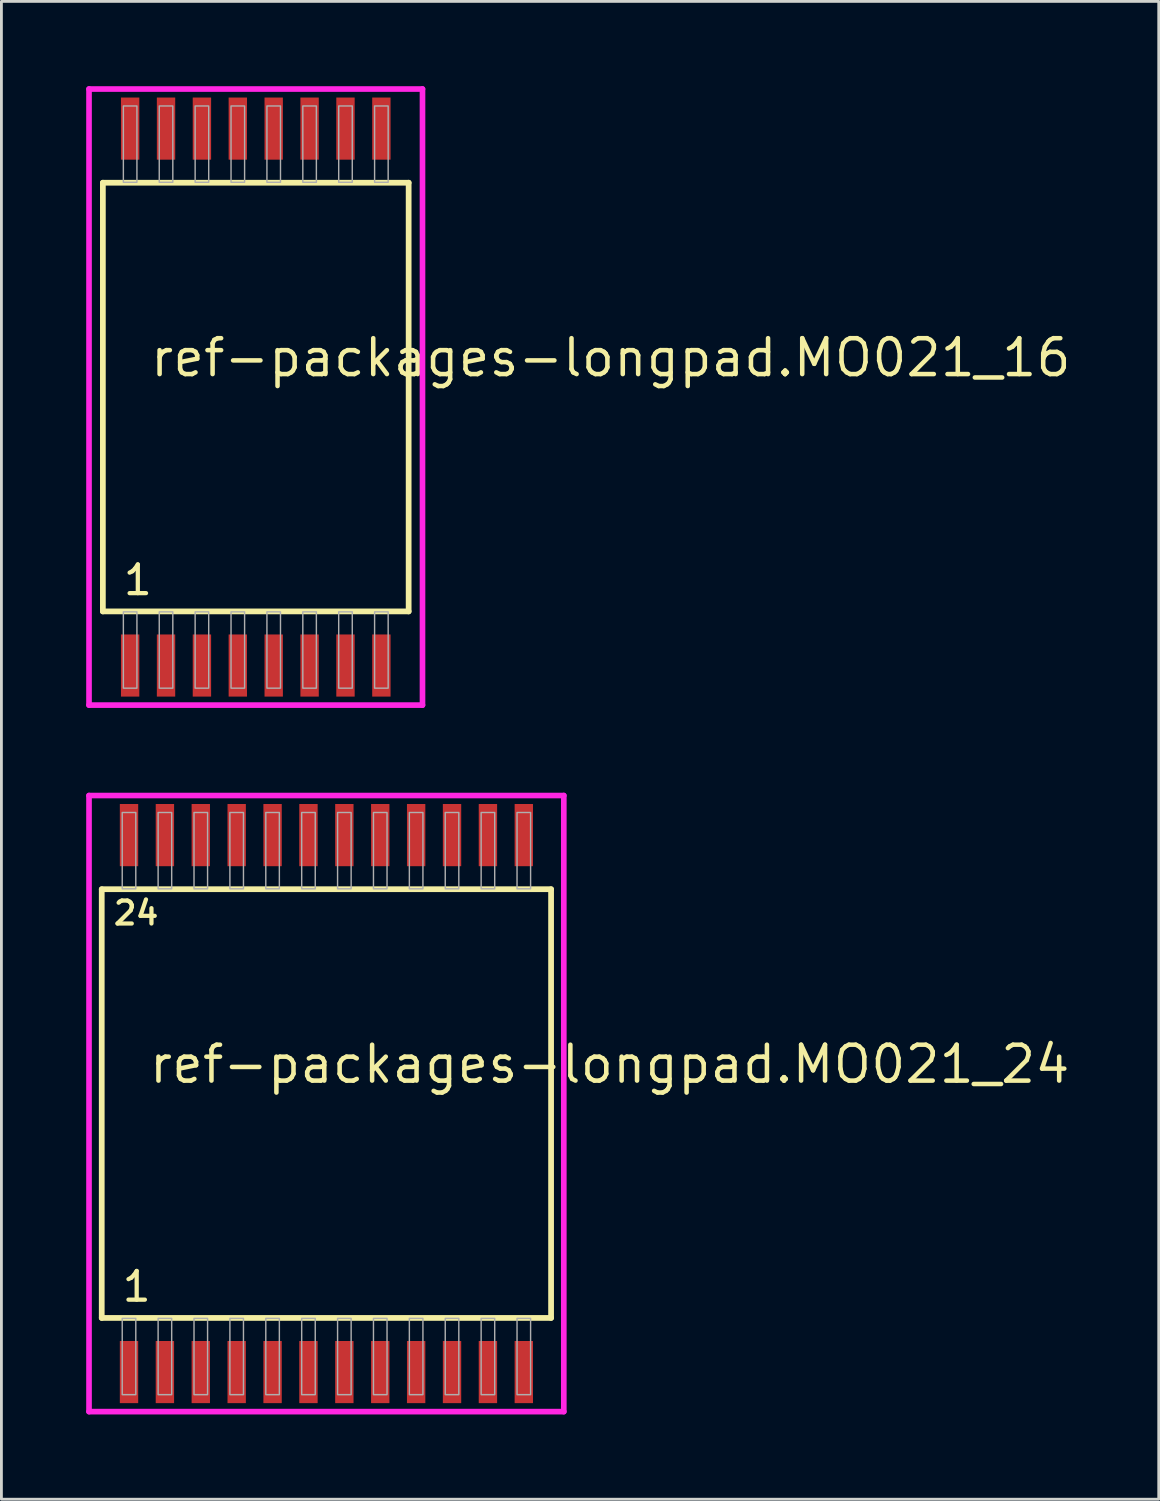
<source format=kicad_pcb>
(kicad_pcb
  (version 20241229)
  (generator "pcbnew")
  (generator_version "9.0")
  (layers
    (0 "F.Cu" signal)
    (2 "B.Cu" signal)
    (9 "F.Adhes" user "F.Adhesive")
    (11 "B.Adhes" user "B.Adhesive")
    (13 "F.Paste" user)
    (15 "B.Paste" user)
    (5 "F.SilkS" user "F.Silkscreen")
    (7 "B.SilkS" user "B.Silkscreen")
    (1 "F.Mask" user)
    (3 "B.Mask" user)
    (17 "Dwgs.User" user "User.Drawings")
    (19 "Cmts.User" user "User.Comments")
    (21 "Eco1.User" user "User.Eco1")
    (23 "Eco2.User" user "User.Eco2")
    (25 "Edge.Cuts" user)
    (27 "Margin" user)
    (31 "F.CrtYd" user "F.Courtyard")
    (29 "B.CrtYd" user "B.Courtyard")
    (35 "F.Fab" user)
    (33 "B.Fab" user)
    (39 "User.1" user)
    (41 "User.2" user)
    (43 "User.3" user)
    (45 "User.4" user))
  (footprint "ref-packages-longpad.MO021_16"
    (layer "F.Cu")
    (at 6 11)
    (property "Reference" "ref-packages-longpad.MO021_16" (at -3.81 -0.65 0) (layer "F.SilkS") (effects (font (size 1.27 1.27) (thickness 0.16)) (justify left bottom)))
    (attr smd)
    (fp_line (start -5.41 -7.585) (end 5.41 -7.585) (stroke (width 0.203) (type default)) (layer "F.SilkS"))
    (fp_line (start -5.41 7.585) (end -5.41 -7.585) (stroke (width 0.203) (type default)) (layer "F.SilkS"))
    (fp_line (start 5.41 -7.585) (end 5.41 7.585) (stroke (width 0.203) (type default)) (layer "F.SilkS"))
    (fp_line (start 5.41 7.585) (end -5.41 7.585) (stroke (width 0.203) (type default)) (layer "F.SilkS"))
    (fp_line (start -5.9 -10.9) (end 5.9 -10.9) (stroke (width 0.2) (type default)) (layer "F.CrtYd"))
    (fp_line (start -5.9 10.9) (end -5.9 -10.9) (stroke (width 0.2) (type default)) (layer "F.CrtYd"))
    (fp_line (start 5.9 -10.9) (end 5.9 10.9) (stroke (width 0.2) (type default)) (layer "F.CrtYd"))
    (fp_line (start 5.9 10.9) (end -5.9 10.9) (stroke (width 0.2) (type default)) (layer "F.CrtYd"))
    (fp_rect (start -4.685 -7.6) (end -4.205 -10.3) (stroke (width 0.05) (type default)) (fill no) (layer "F.Fab"))
    (fp_rect (start -4.685 10.3) (end -4.205 7.6) (stroke (width 0.05) (type default)) (fill no) (layer "F.Fab"))
    (fp_rect (start -3.415 -7.6) (end -2.935 -10.3) (stroke (width 0.05) (type default)) (fill no) (layer "F.Fab"))
    (fp_rect (start -3.415 10.3) (end -2.935 7.6) (stroke (width 0.05) (type default)) (fill no) (layer "F.Fab"))
    (fp_rect (start -2.145 -7.6) (end -1.665 -10.3) (stroke (width 0.05) (type default)) (fill no) (layer "F.Fab"))
    (fp_rect (start -2.145 10.3) (end -1.665 7.6) (stroke (width 0.05) (type default)) (fill no) (layer "F.Fab"))
    (fp_rect (start -0.875 -7.6) (end -0.395 -10.3) (stroke (width 0.05) (type default)) (fill no) (layer "F.Fab"))
    (fp_rect (start -0.875 10.3) (end -0.395 7.6) (stroke (width 0.05) (type default)) (fill no) (layer "F.Fab"))
    (fp_rect (start 0.395 -7.6) (end 0.875 -10.3) (stroke (width 0.05) (type default)) (fill no) (layer "F.Fab"))
    (fp_rect (start 0.395 10.3) (end 0.875 7.6) (stroke (width 0.05) (type default)) (fill no) (layer "F.Fab"))
    (fp_rect (start 1.665 -7.6) (end 2.145 -10.3) (stroke (width 0.05) (type default)) (fill no) (layer "F.Fab"))
    (fp_rect (start 1.665 10.3) (end 2.145 7.6) (stroke (width 0.05) (type default)) (fill no) (layer "F.Fab"))
    (fp_rect (start 2.935 -7.6) (end 3.415 -10.3) (stroke (width 0.05) (type default)) (fill no) (layer "F.Fab"))
    (fp_rect (start 2.935 10.3) (end 3.415 7.6) (stroke (width 0.05) (type default)) (fill no) (layer "F.Fab"))
    (fp_rect (start 4.205 -7.6) (end 4.685 -10.3) (stroke (width 0.05) (type default)) (fill no) (layer "F.Fab"))
    (fp_rect (start 4.205 10.3) (end 4.685 7.6) (stroke (width 0.05) (type default)) (fill no) (layer "F.Fab"))
    (fp_text user "1" (at -4.756 7.07 0) (layer "F.SilkS") (effects (font (size 1.016 1.016) (thickness 0.15)) (justify left bottom)))
    (pad "1" smd roundrect (at -4.445 9.5) (size 0.65 2.2) (layers "F.Cu" "F.Mask" "F.Paste") (roundrect_rratio 0.01))
    (pad "2" smd roundrect (at -3.175 9.5) (size 0.65 2.2) (layers "F.Cu" "F.Mask" "F.Paste") (roundrect_rratio 0.01))
    (pad "3" smd roundrect (at -1.905 9.5) (size 0.65 2.2) (layers "F.Cu" "F.Mask" "F.Paste") (roundrect_rratio 0.01))
    (pad "4" smd roundrect (at -0.635 9.5) (size 0.65 2.2) (layers "F.Cu" "F.Mask" "F.Paste") (roundrect_rratio 0.01))
    (pad "5" smd roundrect (at 0.635 9.5) (size 0.65 2.2) (layers "F.Cu" "F.Mask" "F.Paste") (roundrect_rratio 0.01))
    (pad "6" smd roundrect (at 1.905 9.5) (size 0.65 2.2) (layers "F.Cu" "F.Mask" "F.Paste") (roundrect_rratio 0.01))
    (pad "7" smd roundrect (at 3.175 9.5) (size 0.65 2.2) (layers "F.Cu" "F.Mask" "F.Paste") (roundrect_rratio 0.01))
    (pad "8" smd roundrect (at 4.445 9.5) (size 0.65 2.2) (layers "F.Cu" "F.Mask" "F.Paste") (roundrect_rratio 0.01))
    (pad "9" smd roundrect (at 4.445 -9.5) (size 0.65 2.2) (layers "F.Cu" "F.Mask" "F.Paste") (roundrect_rratio 0.01))
    (pad "10" smd roundrect (at 3.175 -9.5) (size 0.65 2.2) (layers "F.Cu" "F.Mask" "F.Paste") (roundrect_rratio 0.01))
    (pad "11" smd roundrect (at 1.905 -9.5) (size 0.65 2.2) (layers "F.Cu" "F.Mask" "F.Paste") (roundrect_rratio 0.01))
    (pad "12" smd roundrect (at 0.635 -9.5) (size 0.65 2.2) (layers "F.Cu" "F.Mask" "F.Paste") (roundrect_rratio 0.01))
    (pad "13" smd roundrect (at -0.635 -9.5) (size 0.65 2.2) (layers "F.Cu" "F.Mask" "F.Paste") (roundrect_rratio 0.01))
    (pad "14" smd roundrect (at -1.905 -9.5) (size 0.65 2.2) (layers "F.Cu" "F.Mask" "F.Paste") (roundrect_rratio 0.01))
    (pad "15" smd roundrect (at -3.175 -9.5) (size 0.65 2.2) (layers "F.Cu" "F.Mask" "F.Paste") (roundrect_rratio 0.01))
    (pad "16" smd roundrect (at -4.445 -9.5) (size 0.65 2.2) (layers "F.Cu" "F.Mask" "F.Paste") (roundrect_rratio 0.01)))
  (footprint "ref-packages-longpad.MO021_24"
    (layer "F.Cu")
    (at 8.5 36)
    (property "Reference" "ref-packages-longpad.MO021_24" (at -6.35 -0.65 0) (layer "F.SilkS") (effects (font (size 1.27 1.27) (thickness 0.16)) (justify left bottom)))
    (attr smd)
    (fp_line (start -7.95 -7.585) (end 7.95 -7.585) (stroke (width 0.203) (type default)) (layer "F.SilkS"))
    (fp_line (start -7.95 7.585) (end -7.95 -7.585) (stroke (width 0.203) (type default)) (layer "F.SilkS"))
    (fp_line (start 7.95 -7.585) (end 7.95 7.585) (stroke (width 0.203) (type default)) (layer "F.SilkS"))
    (fp_line (start 7.95 7.585) (end -7.95 7.585) (stroke (width 0.203) (type default)) (layer "F.SilkS"))
    (fp_line (start -8.4 -10.9) (end 8.4 -10.9) (stroke (width 0.2) (type default)) (layer "F.CrtYd"))
    (fp_line (start -8.4 10.9) (end -8.4 -10.9) (stroke (width 0.2) (type default)) (layer "F.CrtYd"))
    (fp_line (start 8.4 -10.9) (end 8.4 10.9) (stroke (width 0.2) (type default)) (layer "F.CrtYd"))
    (fp_line (start 8.4 10.9) (end -8.4 10.9) (stroke (width 0.2) (type default)) (layer "F.CrtYd"))
    (fp_rect (start -7.225 -7.6) (end -6.745 -10.3) (stroke (width 0.05) (type default)) (fill no) (layer "F.Fab"))
    (fp_rect (start -7.225 10.3) (end -6.745 7.6) (stroke (width 0.05) (type default)) (fill no) (layer "F.Fab"))
    (fp_rect (start -5.955 -7.6) (end -5.475 -10.3) (stroke (width 0.05) (type default)) (fill no) (layer "F.Fab"))
    (fp_rect (start -5.955 10.3) (end -5.475 7.6) (stroke (width 0.05) (type default)) (fill no) (layer "F.Fab"))
    (fp_rect (start -4.685 -7.6) (end -4.205 -10.3) (stroke (width 0.05) (type default)) (fill no) (layer "F.Fab"))
    (fp_rect (start -4.685 10.3) (end -4.205 7.6) (stroke (width 0.05) (type default)) (fill no) (layer "F.Fab"))
    (fp_rect (start -3.415 -7.6) (end -2.935 -10.3) (stroke (width 0.05) (type default)) (fill no) (layer "F.Fab"))
    (fp_rect (start -3.415 10.3) (end -2.935 7.6) (stroke (width 0.05) (type default)) (fill no) (layer "F.Fab"))
    (fp_rect (start -2.145 -7.6) (end -1.665 -10.3) (stroke (width 0.05) (type default)) (fill no) (layer "F.Fab"))
    (fp_rect (start -2.145 10.3) (end -1.665 7.6) (stroke (width 0.05) (type default)) (fill no) (layer "F.Fab"))
    (fp_rect (start -0.875 -7.6) (end -0.395 -10.3) (stroke (width 0.05) (type default)) (fill no) (layer "F.Fab"))
    (fp_rect (start -0.875 10.3) (end -0.395 7.6) (stroke (width 0.05) (type default)) (fill no) (layer "F.Fab"))
    (fp_rect (start 0.395 -7.6) (end 0.875 -10.3) (stroke (width 0.05) (type default)) (fill no) (layer "F.Fab"))
    (fp_rect (start 0.395 10.3) (end 0.875 7.6) (stroke (width 0.05) (type default)) (fill no) (layer "F.Fab"))
    (fp_rect (start 1.665 -7.6) (end 2.145 -10.3) (stroke (width 0.05) (type default)) (fill no) (layer "F.Fab"))
    (fp_rect (start 1.665 10.3) (end 2.145 7.6) (stroke (width 0.05) (type default)) (fill no) (layer "F.Fab"))
    (fp_rect (start 2.935 -7.6) (end 3.415 -10.3) (stroke (width 0.05) (type default)) (fill no) (layer "F.Fab"))
    (fp_rect (start 2.935 10.3) (end 3.415 7.6) (stroke (width 0.05) (type default)) (fill no) (layer "F.Fab"))
    (fp_rect (start 4.205 -7.6) (end 4.685 -10.3) (stroke (width 0.05) (type default)) (fill no) (layer "F.Fab"))
    (fp_rect (start 4.205 10.3) (end 4.685 7.6) (stroke (width 0.05) (type default)) (fill no) (layer "F.Fab"))
    (fp_rect (start 5.475 -7.6) (end 5.955 -10.3) (stroke (width 0.05) (type default)) (fill no) (layer "F.Fab"))
    (fp_rect (start 5.475 10.3) (end 5.955 7.6) (stroke (width 0.05) (type default)) (fill no) (layer "F.Fab"))
    (fp_rect (start 6.745 -7.6) (end 7.225 -10.3) (stroke (width 0.05) (type default)) (fill no) (layer "F.Fab"))
    (fp_rect (start 6.745 10.3) (end 7.225 7.6) (stroke (width 0.05) (type default)) (fill no) (layer "F.Fab"))
    (fp_text user "1" (at -7.296 7.07 0) (layer "F.SilkS") (effects (font (size 1.016 1.016) (thickness 0.15)) (justify left bottom)))
    (fp_text user "24" (at -7.606 -6.265 0) (layer "F.SilkS") (effects (font (size 0.813 0.813) (thickness 0.15)) (justify left bottom)))
    (pad "1" smd roundrect (at -6.985 9.5) (size 0.65 2.2) (layers "F.Cu" "F.Mask" "F.Paste") (roundrect_rratio 0.01))
    (pad "2" smd roundrect (at -5.715 9.5) (size 0.65 2.2) (layers "F.Cu" "F.Mask" "F.Paste") (roundrect_rratio 0.01))
    (pad "3" smd roundrect (at -4.445 9.5) (size 0.65 2.2) (layers "F.Cu" "F.Mask" "F.Paste") (roundrect_rratio 0.01))
    (pad "4" smd roundrect (at -3.175 9.5) (size 0.65 2.2) (layers "F.Cu" "F.Mask" "F.Paste") (roundrect_rratio 0.01))
    (pad "5" smd roundrect (at -1.905 9.5) (size 0.65 2.2) (layers "F.Cu" "F.Mask" "F.Paste") (roundrect_rratio 0.01))
    (pad "6" smd roundrect (at -0.635 9.5) (size 0.65 2.2) (layers "F.Cu" "F.Mask" "F.Paste") (roundrect_rratio 0.01))
    (pad "7" smd roundrect (at 0.635 9.5) (size 0.65 2.2) (layers "F.Cu" "F.Mask" "F.Paste") (roundrect_rratio 0.01))
    (pad "8" smd roundrect (at 1.905 9.5) (size 0.65 2.2) (layers "F.Cu" "F.Mask" "F.Paste") (roundrect_rratio 0.01))
    (pad "9" smd roundrect (at 3.175 9.5) (size 0.65 2.2) (layers "F.Cu" "F.Mask" "F.Paste") (roundrect_rratio 0.01))
    (pad "10" smd roundrect (at 4.445 9.5) (size 0.65 2.2) (layers "F.Cu" "F.Mask" "F.Paste") (roundrect_rratio 0.01))
    (pad "11" smd roundrect (at 5.715 9.5) (size 0.65 2.2) (layers "F.Cu" "F.Mask" "F.Paste") (roundrect_rratio 0.01))
    (pad "12" smd roundrect (at 6.985 9.5) (size 0.65 2.2) (layers "F.Cu" "F.Mask" "F.Paste") (roundrect_rratio 0.01))
    (pad "13" smd roundrect (at 6.985 -9.5) (size 0.65 2.2) (layers "F.Cu" "F.Mask" "F.Paste") (roundrect_rratio 0.01))
    (pad "14" smd roundrect (at 5.715 -9.5) (size 0.65 2.2) (layers "F.Cu" "F.Mask" "F.Paste") (roundrect_rratio 0.01))
    (pad "15" smd roundrect (at 4.445 -9.5) (size 0.65 2.2) (layers "F.Cu" "F.Mask" "F.Paste") (roundrect_rratio 0.01))
    (pad "16" smd roundrect (at 3.175 -9.5) (size 0.65 2.2) (layers "F.Cu" "F.Mask" "F.Paste") (roundrect_rratio 0.01))
    (pad "17" smd roundrect (at 1.905 -9.5) (size 0.65 2.2) (layers "F.Cu" "F.Mask" "F.Paste") (roundrect_rratio 0.01))
    (pad "18" smd roundrect (at 0.635 -9.5) (size 0.65 2.2) (layers "F.Cu" "F.Mask" "F.Paste") (roundrect_rratio 0.01))
    (pad "19" smd roundrect (at -0.635 -9.5) (size 0.65 2.2) (layers "F.Cu" "F.Mask" "F.Paste") (roundrect_rratio 0.01))
    (pad "20" smd roundrect (at -1.905 -9.5) (size 0.65 2.2) (layers "F.Cu" "F.Mask" "F.Paste") (roundrect_rratio 0.01))
    (pad "21" smd roundrect (at -3.175 -9.5) (size 0.65 2.2) (layers "F.Cu" "F.Mask" "F.Paste") (roundrect_rratio 0.01))
    (pad "22" smd roundrect (at -4.445 -9.5) (size 0.65 2.2) (layers "F.Cu" "F.Mask" "F.Paste") (roundrect_rratio 0.01))
    (pad "23" smd roundrect (at -5.715 -9.5) (size 0.65 2.2) (layers "F.Cu" "F.Mask" "F.Paste") (roundrect_rratio 0.01))
    (pad "24" smd roundrect (at -6.985 -9.5) (size 0.65 2.2) (layers "F.Cu" "F.Mask" "F.Paste") (roundrect_rratio 0.01)))
  (gr_rect
    (start -3 -3)
    (end 37.952 50)
    (stroke (width 0.1) (type default))
    (fill no)
    (layer "Edge.Cuts")))
</source>
